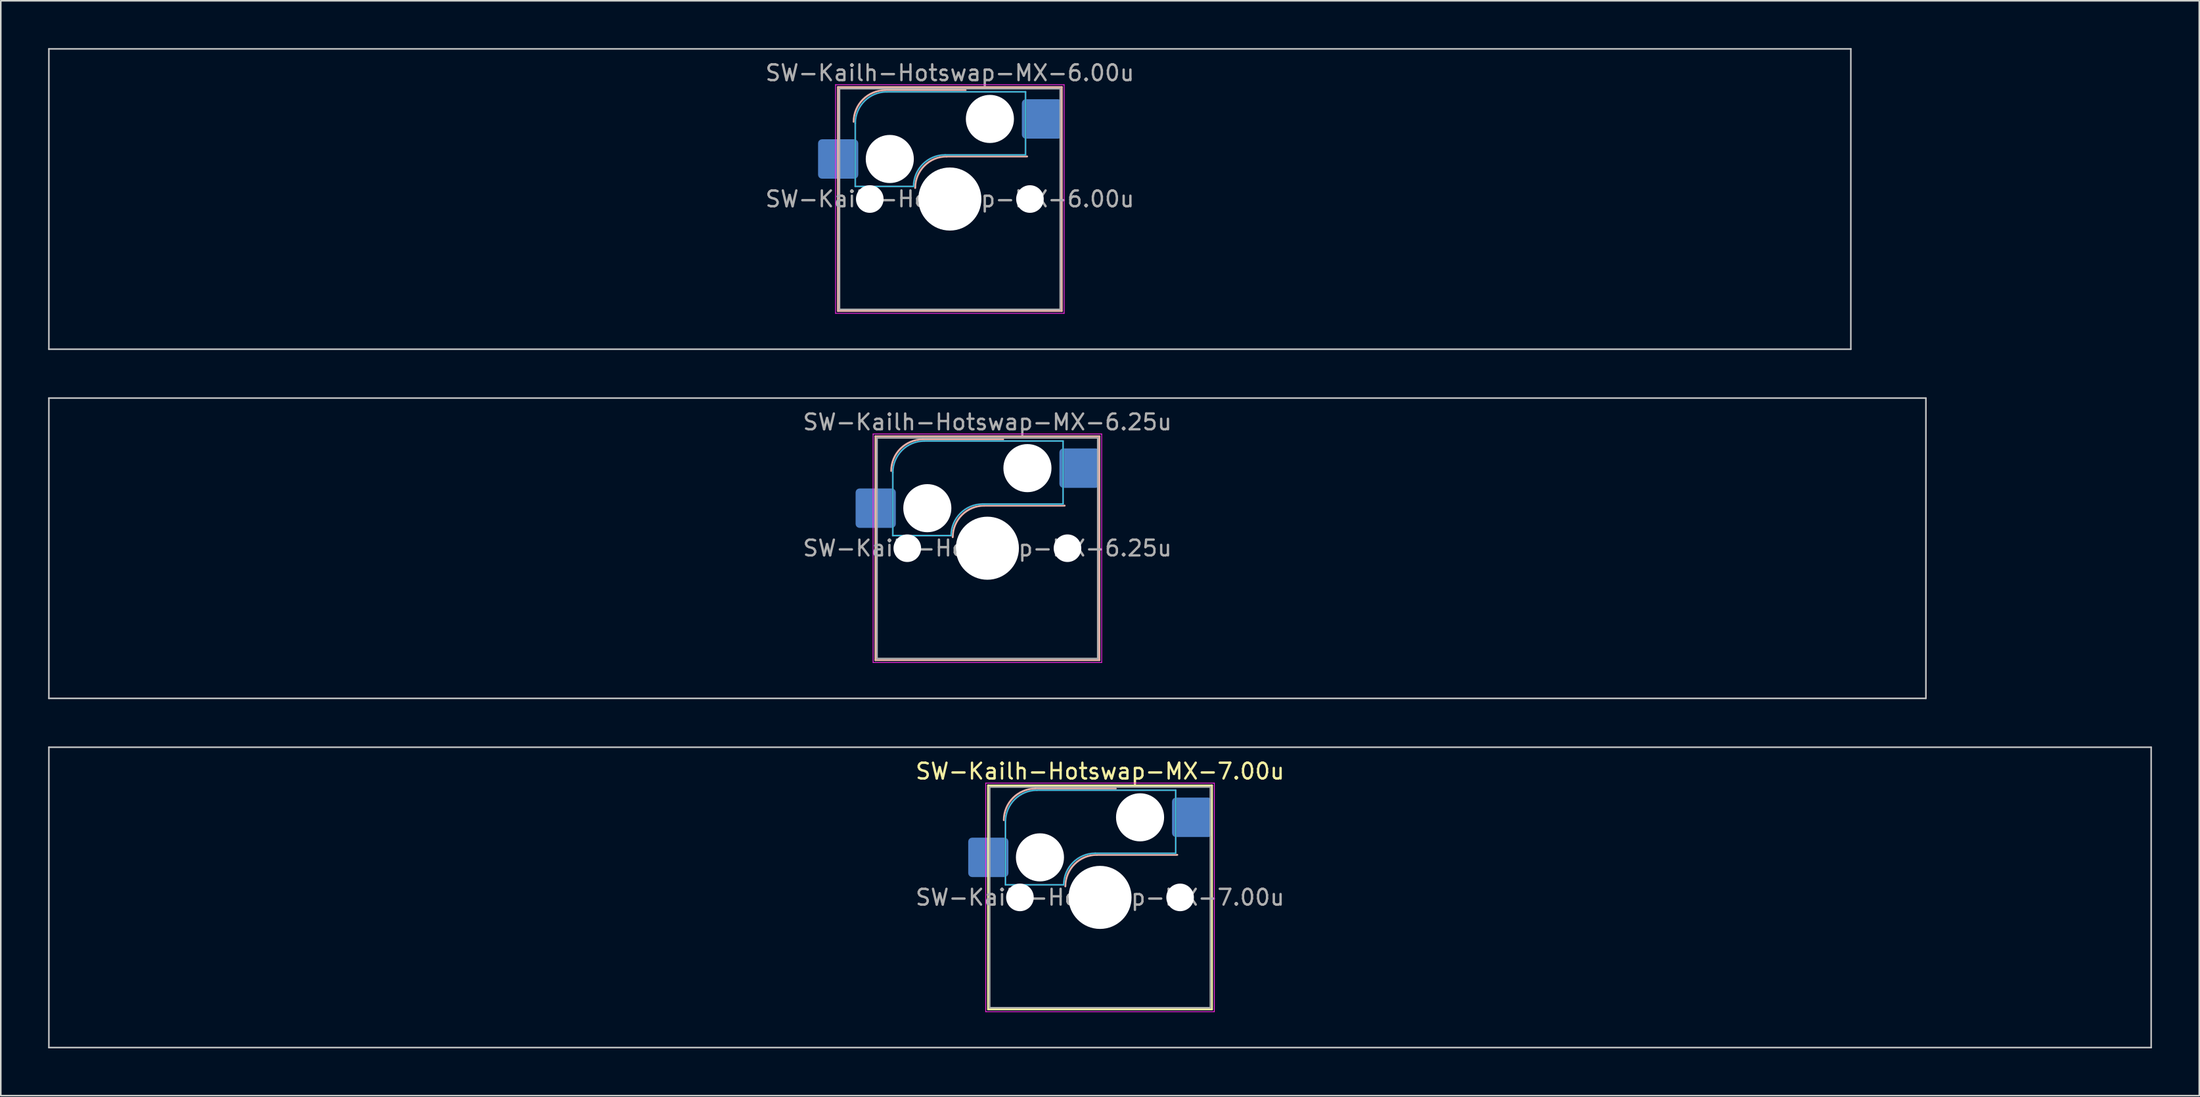
<source format=kicad_pcb>
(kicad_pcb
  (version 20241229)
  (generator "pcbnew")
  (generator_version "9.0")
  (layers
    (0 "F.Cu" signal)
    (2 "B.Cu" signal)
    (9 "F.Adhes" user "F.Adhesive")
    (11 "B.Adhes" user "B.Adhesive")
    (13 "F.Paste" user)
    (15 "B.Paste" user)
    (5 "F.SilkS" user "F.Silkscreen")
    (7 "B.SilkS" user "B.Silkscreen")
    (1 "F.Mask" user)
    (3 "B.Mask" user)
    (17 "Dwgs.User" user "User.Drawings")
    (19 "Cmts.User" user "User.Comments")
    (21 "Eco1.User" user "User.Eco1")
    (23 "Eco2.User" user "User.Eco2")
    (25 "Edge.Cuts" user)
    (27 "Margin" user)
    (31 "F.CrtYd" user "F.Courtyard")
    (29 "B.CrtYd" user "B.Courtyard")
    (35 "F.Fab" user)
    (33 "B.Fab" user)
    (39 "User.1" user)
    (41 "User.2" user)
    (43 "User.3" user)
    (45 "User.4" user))
  (footprint "SW-Kailh-Hotswap-MX-7.00u"
    (layer "F.Cu")
    (at 66.725 53.875)
    (property "Reference" "SW-Kailh-Hotswap-MX-7.00u" (at 0 -8 0) (layer "F.SilkS") (effects (font (size 1 1) (thickness 0.15))))
    (attr smd)
    (fp_line (start -7.1 -7.1) (end -7.1 7.1) (stroke (width 0.12) (type solid)) (layer "F.SilkS"))
    (fp_line (start -7.1 7.1) (end 7.1 7.1) (stroke (width 0.12) (type solid)) (layer "F.SilkS"))
    (fp_line (start 7.1 -7.1) (end -7.1 -7.1) (stroke (width 0.12) (type solid)) (layer "F.SilkS"))
    (fp_line (start 7.1 7.1) (end 7.1 -7.1) (stroke (width 0.12) (type solid)) (layer "F.SilkS"))
    (fp_line (start -4.1 -6.9) (end 1 -6.9) (stroke (width 0.12) (type solid)) (layer "B.SilkS"))
    (fp_line (start -0.2 -2.7) (end 4.9 -2.7) (stroke (width 0.12) (type solid)) (layer "B.SilkS"))
    (fp_arc (start -6.1 -4.9) (mid -5.514214 -6.314214) (end -4.1 -6.9) (stroke (width 0.12) (type solid)) (layer "B.SilkS"))
    (fp_arc (start -2.2 -0.7) (mid -1.614214 -2.114214) (end -0.2 -2.7) (stroke (width 0.12) (type solid)) (layer "B.SilkS"))
    (fp_line (start -66.675 -9.525) (end -66.675 9.525) (stroke (width 0.1) (type solid)) (layer "Dwgs.User"))
    (fp_line (start -66.675 9.525) (end 66.675 9.525) (stroke (width 0.1) (type solid)) (layer "Dwgs.User"))
    (fp_line (start 66.675 -9.525) (end -66.675 -9.525) (stroke (width 0.1) (type solid)) (layer "Dwgs.User"))
    (fp_line (start 66.675 9.525) (end 66.675 -9.525) (stroke (width 0.1) (type solid)) (layer "Dwgs.User"))
    (fp_line (start -7.8 -6) (end -7 -6) (stroke (width 0.1) (type solid)) (layer "Eco1.User"))
    (fp_line (start -7.8 -2.9) (end -7.8 -6) (stroke (width 0.1) (type solid)) (layer "Eco1.User"))
    (fp_line (start -7.8 2.9) (end -7 2.9) (stroke (width 0.1) (type solid)) (layer "Eco1.User"))
    (fp_line (start -7.8 6) (end -7.8 2.9) (stroke (width 0.1) (type solid)) (layer "Eco1.User"))
    (fp_line (start -7 -7) (end 7 -7) (stroke (width 0.1) (type solid)) (layer "Eco1.User"))
    (fp_line (start -7 -6) (end -7 -7) (stroke (width 0.1) (type solid)) (layer "Eco1.User"))
    (fp_line (start -7 -2.9) (end -7.8 -2.9) (stroke (width 0.1) (type solid)) (layer "Eco1.User"))
    (fp_line (start -7 2.9) (end -7 -2.9) (stroke (width 0.1) (type solid)) (layer "Eco1.User"))
    (fp_line (start -7 6) (end -7.8 6) (stroke (width 0.1) (type solid)) (layer "Eco1.User"))
    (fp_line (start -7 7) (end -7 6) (stroke (width 0.1) (type solid)) (layer "Eco1.User"))
    (fp_line (start 7 -7) (end 7 -6) (stroke (width 0.1) (type solid)) (layer "Eco1.User"))
    (fp_line (start 7 -6) (end 7.8 -6) (stroke (width 0.1) (type solid)) (layer "Eco1.User"))
    (fp_line (start 7 -2.9) (end 7 2.9) (stroke (width 0.1) (type solid)) (layer "Eco1.User"))
    (fp_line (start 7 2.9) (end 7.8 2.9) (stroke (width 0.1) (type solid)) (layer "Eco1.User"))
    (fp_line (start 7 6) (end 7 7) (stroke (width 0.1) (type solid)) (layer "Eco1.User"))
    (fp_line (start 7 7) (end -7 7) (stroke (width 0.1) (type solid)) (layer "Eco1.User"))
    (fp_line (start 7.8 -6) (end 7.8 -2.9) (stroke (width 0.1) (type solid)) (layer "Eco1.User"))
    (fp_line (start 7.8 -2.9) (end 7 -2.9) (stroke (width 0.1) (type solid)) (layer "Eco1.User"))
    (fp_line (start 7.8 2.9) (end 7.8 6) (stroke (width 0.1) (type solid)) (layer "Eco1.User"))
    (fp_line (start 7.8 6) (end 7 6) (stroke (width 0.1) (type solid)) (layer "Eco1.User"))
    (fp_line (start -6 -0.8) (end -6 -4.8) (stroke (width 0.05) (type solid)) (layer "B.CrtYd"))
    (fp_line (start -6 -0.8) (end -2.3 -0.8) (stroke (width 0.05) (type solid)) (layer "B.CrtYd"))
    (fp_line (start -4 -6.8) (end 4.8 -6.8) (stroke (width 0.05) (type solid)) (layer "B.CrtYd"))
    (fp_line (start -0.3 -2.8) (end 4.8 -2.8) (stroke (width 0.05) (type solid)) (layer "B.CrtYd"))
    (fp_line (start 4.8 -6.8) (end 4.8 -2.8) (stroke (width 0.05) (type solid)) (layer "B.CrtYd"))
    (fp_arc (start -6 -4.8) (mid -5.414214 -6.214214) (end -4 -6.8) (stroke (width 0.05) (type solid)) (layer "B.CrtYd"))
    (fp_arc (start -2.3 -0.8) (mid -1.714214 -2.214214) (end -0.3 -2.8) (stroke (width 0.05) (type solid)) (layer "B.CrtYd"))
    (fp_line (start -7.25 -7.25) (end -7.25 7.25) (stroke (width 0.05) (type solid)) (layer "F.CrtYd"))
    (fp_line (start -7.25 7.25) (end 7.25 7.25) (stroke (width 0.05) (type solid)) (layer "F.CrtYd"))
    (fp_line (start 7.25 -7.25) (end -7.25 -7.25) (stroke (width 0.05) (type solid)) (layer "F.CrtYd"))
    (fp_line (start 7.25 7.25) (end 7.25 -7.25) (stroke (width 0.05) (type solid)) (layer "F.CrtYd"))
    (fp_line (start -6 -0.8) (end -6 -4.8) (stroke (width 0.12) (type solid)) (layer "B.Fab"))
    (fp_line (start -6 -0.8) (end -2.3 -0.8) (stroke (width 0.12) (type solid)) (layer "B.Fab"))
    (fp_line (start -4 -6.8) (end 4.8 -6.8) (stroke (width 0.12) (type solid)) (layer "B.Fab"))
    (fp_line (start -0.3 -2.8) (end 4.8 -2.8) (stroke (width 0.12) (type solid)) (layer "B.Fab"))
    (fp_line (start 4.8 -6.8) (end 4.8 -2.8) (stroke (width 0.12) (type solid)) (layer "B.Fab"))
    (fp_arc (start -6 -4.8) (mid -5.414214 -6.214214) (end -4 -6.8) (stroke (width 0.12) (type solid)) (layer "B.Fab"))
    (fp_arc (start -2.3 -0.8) (mid -1.714214 -2.214214) (end -0.3 -2.8) (stroke (width 0.12) (type solid)) (layer "B.Fab"))
    (fp_line (start -7 -7) (end -7 7) (stroke (width 0.1) (type solid)) (layer "F.Fab"))
    (fp_line (start -7 7) (end 7 7) (stroke (width 0.1) (type solid)) (layer "F.Fab"))
    (fp_line (start 7 -7) (end -7 -7) (stroke (width 0.1) (type solid)) (layer "F.Fab"))
    (fp_line (start 7 7) (end 7 -7) (stroke (width 0.1) (type solid)) (layer "F.Fab"))
    (fp_text user "${REFERENCE}" (at 0 0 0) (layer "F.Fab") (effects (font (size 1 1) (thickness 0.15))))
    (pad "" np_thru_hole circle (at -5.08 0) (size 1.75 1.75) (drill 1.75) (layers "*.Cu" "*.Mask"))
    (pad "" np_thru_hole circle (at -3.81 -2.54) (size 3.05 3.05) (drill 3.05) (layers "*.Cu" "*.Mask"))
    (pad "" np_thru_hole circle (at 0 0) (size 4 4) (drill 4) (layers "*.Cu" "*.Mask"))
    (pad "" np_thru_hole circle (at 2.54 -5.08) (size 3.05 3.05) (drill 3.05) (layers "*.Cu" "*.Mask"))
    (pad "" np_thru_hole circle (at 5.08 0) (size 1.75 1.75) (drill 1.75) (layers "*.Cu" "*.Mask"))
    (pad "1" smd roundrect (at -7.085 -2.54) (size 2.55 2.5) (layers "B.Cu" "B.Mask" "B.Paste") (roundrect_rratio 0.1))
    (pad "2" smd roundrect (at 5.842 -5.08) (size 2.55 2.5) (layers "B.Cu" "B.Mask" "B.Paste") (roundrect_rratio 0.1)))
  (footprint "SW-Kailh-Hotswap-MX-6.00u"
    (layer "F.Cu")
    (at 57.2 9.575)
    (property "Reference" "SW-Kailh-Hotswap-MX-6.00u" (at 0 -8 0) (layer "F.Fab") (effects (font (size 1 1) (thickness 0.15))))
    (attr smd)
    (fp_line (start -7.1 -7.1) (end -7.1 7.1) (stroke (width 0.12) (type solid)) (layer "B.SilkS"))
    (fp_line (start -7.1 7.1) (end 7.1 7.1) (stroke (width 0.12) (type solid)) (layer "B.SilkS"))
    (fp_line (start -4.1 -6.9) (end 1 -6.9) (stroke (width 0.12) (type solid)) (layer "B.SilkS"))
    (fp_line (start -0.2 -2.7) (end 4.9 -2.7) (stroke (width 0.12) (type solid)) (layer "B.SilkS"))
    (fp_line (start 7.1 -7.1) (end -7.1 -7.1) (stroke (width 0.12) (type solid)) (layer "B.SilkS"))
    (fp_line (start 7.1 7.1) (end 7.1 -7.1) (stroke (width 0.12) (type solid)) (layer "B.SilkS"))
    (fp_arc (start -6.1 -4.9) (mid -5.514214 -6.314214) (end -4.1 -6.9) (stroke (width 0.12) (type solid)) (layer "B.SilkS"))
    (fp_arc (start -2.2 -0.7) (mid -1.614214 -2.114214) (end -0.2 -2.7) (stroke (width 0.12) (type solid)) (layer "B.SilkS"))
    (fp_line (start -57.15 -9.525) (end -57.15 9.525) (stroke (width 0.1) (type solid)) (layer "Dwgs.User"))
    (fp_line (start -57.15 9.525) (end 57.15 9.525) (stroke (width 0.1) (type solid)) (layer "Dwgs.User"))
    (fp_line (start 57.15 -9.525) (end -57.15 -9.525) (stroke (width 0.1) (type solid)) (layer "Dwgs.User"))
    (fp_line (start 57.15 9.525) (end 57.15 -9.525) (stroke (width 0.1) (type solid)) (layer "Dwgs.User"))
    (fp_line (start -7.8 -6) (end -7 -6) (stroke (width 0.1) (type solid)) (layer "Eco1.User"))
    (fp_line (start -7.8 -2.9) (end -7.8 -6) (stroke (width 0.1) (type solid)) (layer "Eco1.User"))
    (fp_line (start -7.8 2.9) (end -7 2.9) (stroke (width 0.1) (type solid)) (layer "Eco1.User"))
    (fp_line (start -7.8 6) (end -7.8 2.9) (stroke (width 0.1) (type solid)) (layer "Eco1.User"))
    (fp_line (start -7 -7) (end 7 -7) (stroke (width 0.1) (type solid)) (layer "Eco1.User"))
    (fp_line (start -7 -6) (end -7 -7) (stroke (width 0.1) (type solid)) (layer "Eco1.User"))
    (fp_line (start -7 -2.9) (end -7.8 -2.9) (stroke (width 0.1) (type solid)) (layer "Eco1.User"))
    (fp_line (start -7 2.9) (end -7 -2.9) (stroke (width 0.1) (type solid)) (layer "Eco1.User"))
    (fp_line (start -7 6) (end -7.8 6) (stroke (width 0.1) (type solid)) (layer "Eco1.User"))
    (fp_line (start -7 7) (end -7 6) (stroke (width 0.1) (type solid)) (layer "Eco1.User"))
    (fp_line (start 7 -7) (end 7 -6) (stroke (width 0.1) (type solid)) (layer "Eco1.User"))
    (fp_line (start 7 -6) (end 7.8 -6) (stroke (width 0.1) (type solid)) (layer "Eco1.User"))
    (fp_line (start 7 -2.9) (end 7 2.9) (stroke (width 0.1) (type solid)) (layer "Eco1.User"))
    (fp_line (start 7 2.9) (end 7.8 2.9) (stroke (width 0.1) (type solid)) (layer "Eco1.User"))
    (fp_line (start 7 6) (end 7 7) (stroke (width 0.1) (type solid)) (layer "Eco1.User"))
    (fp_line (start 7 7) (end -7 7) (stroke (width 0.1) (type solid)) (layer "Eco1.User"))
    (fp_line (start 7.8 -6) (end 7.8 -2.9) (stroke (width 0.1) (type solid)) (layer "Eco1.User"))
    (fp_line (start 7.8 -2.9) (end 7 -2.9) (stroke (width 0.1) (type solid)) (layer "Eco1.User"))
    (fp_line (start 7.8 2.9) (end 7.8 6) (stroke (width 0.1) (type solid)) (layer "Eco1.User"))
    (fp_line (start 7.8 6) (end 7 6) (stroke (width 0.1) (type solid)) (layer "Eco1.User"))
    (fp_line (start -6 -0.8) (end -6 -4.8) (stroke (width 0.05) (type solid)) (layer "B.CrtYd"))
    (fp_line (start -6 -0.8) (end -2.3 -0.8) (stroke (width 0.05) (type solid)) (layer "B.CrtYd"))
    (fp_line (start -4 -6.8) (end 4.8 -6.8) (stroke (width 0.05) (type solid)) (layer "B.CrtYd"))
    (fp_line (start -0.3 -2.8) (end 4.8 -2.8) (stroke (width 0.05) (type solid)) (layer "B.CrtYd"))
    (fp_line (start 4.8 -6.8) (end 4.8 -2.8) (stroke (width 0.05) (type solid)) (layer "B.CrtYd"))
    (fp_arc (start -6 -4.8) (mid -5.414214 -6.214214) (end -4 -6.8) (stroke (width 0.05) (type solid)) (layer "B.CrtYd"))
    (fp_arc (start -2.3 -0.8) (mid -1.714214 -2.214214) (end -0.3 -2.8) (stroke (width 0.05) (type solid)) (layer "B.CrtYd"))
    (fp_line (start -7.25 -7.25) (end -7.25 7.25) (stroke (width 0.05) (type solid)) (layer "F.CrtYd"))
    (fp_line (start -7.25 7.25) (end 7.25 7.25) (stroke (width 0.05) (type solid)) (layer "F.CrtYd"))
    (fp_line (start 7.25 -7.25) (end -7.25 -7.25) (stroke (width 0.05) (type solid)) (layer "F.CrtYd"))
    (fp_line (start 7.25 7.25) (end 7.25 -7.25) (stroke (width 0.05) (type solid)) (layer "F.CrtYd"))
    (fp_line (start -6 -0.8) (end -6 -4.8) (stroke (width 0.12) (type solid)) (layer "B.Fab"))
    (fp_line (start -6 -0.8) (end -2.3 -0.8) (stroke (width 0.12) (type solid)) (layer "B.Fab"))
    (fp_line (start -4 -6.8) (end 4.8 -6.8) (stroke (width 0.12) (type solid)) (layer "B.Fab"))
    (fp_line (start -0.3 -2.8) (end 4.8 -2.8) (stroke (width 0.12) (type solid)) (layer "B.Fab"))
    (fp_line (start 4.8 -6.8) (end 4.8 -2.8) (stroke (width 0.12) (type solid)) (layer "B.Fab"))
    (fp_arc (start -6 -4.8) (mid -5.414214 -6.214214) (end -4 -6.8) (stroke (width 0.12) (type solid)) (layer "B.Fab"))
    (fp_arc (start -2.3 -0.8) (mid -1.714214 -2.214214) (end -0.3 -2.8) (stroke (width 0.12) (type solid)) (layer "B.Fab"))
    (fp_line (start -7 -7) (end -7 7) (stroke (width 0.1) (type solid)) (layer "F.Fab"))
    (fp_line (start -7 7) (end 7 7) (stroke (width 0.1) (type solid)) (layer "F.Fab"))
    (fp_line (start 7 -7) (end -7 -7) (stroke (width 0.1) (type solid)) (layer "F.Fab"))
    (fp_line (start 7 7) (end 7 -7) (stroke (width 0.1) (type solid)) (layer "F.Fab"))
    (fp_text user "${REFERENCE}" (at 0 0 0) (layer "F.Fab") (effects (font (size 1 1) (thickness 0.15))))
    (pad "" np_thru_hole circle (at -5.08 0) (size 1.75 1.75) (drill 1.75) (layers "*.Cu" "*.Mask"))
    (pad "" np_thru_hole circle (at -3.81 -2.54) (size 3.05 3.05) (drill 3.05) (layers "*.Cu" "*.Mask"))
    (pad "" np_thru_hole circle (at 0 0) (size 4 4) (drill 4) (layers "*.Cu" "*.Mask"))
    (pad "" np_thru_hole circle (at 2.54 -5.08) (size 3.05 3.05) (drill 3.05) (layers "*.Cu" "*.Mask"))
    (pad "" np_thru_hole circle (at 5.08 0) (size 1.75 1.75) (drill 1.75) (layers "*.Cu" "*.Mask"))
    (pad "1" smd roundrect (at -7.085 -2.54) (size 2.55 2.5) (layers "B.Cu" "B.Mask" "B.Paste") (roundrect_rratio 0.1))
    (pad "2" smd roundrect (at 5.842 -5.08) (size 2.55 2.5) (layers "B.Cu" "B.Mask" "B.Paste") (roundrect_rratio 0.1)))
  (footprint "SW-Kailh-Hotswap-MX-6.25u"
    (layer "F.Cu")
    (at 59.581 31.725)
    (property "Reference" "SW-Kailh-Hotswap-MX-6.25u" (at 0 -8 0) (layer "F.Fab") (effects (font (size 1 1) (thickness 0.15))))
    (attr smd)
    (fp_line (start -7.1 -7.1) (end -7.1 7.1) (stroke (width 0.12) (type solid)) (layer "B.SilkS"))
    (fp_line (start -7.1 7.1) (end 7.1 7.1) (stroke (width 0.12) (type solid)) (layer "B.SilkS"))
    (fp_line (start -4.1 -6.9) (end 1 -6.9) (stroke (width 0.12) (type solid)) (layer "B.SilkS"))
    (fp_line (start -0.2 -2.7) (end 4.9 -2.7) (stroke (width 0.12) (type solid)) (layer "B.SilkS"))
    (fp_line (start 7.1 -7.1) (end -7.1 -7.1) (stroke (width 0.12) (type solid)) (layer "B.SilkS"))
    (fp_line (start 7.1 7.1) (end 7.1 -7.1) (stroke (width 0.12) (type solid)) (layer "B.SilkS"))
    (fp_arc (start -6.1 -4.9) (mid -5.514214 -6.314214) (end -4.1 -6.9) (stroke (width 0.12) (type solid)) (layer "B.SilkS"))
    (fp_arc (start -2.2 -0.7) (mid -1.614214 -2.114214) (end -0.2 -2.7) (stroke (width 0.12) (type solid)) (layer "B.SilkS"))
    (fp_line (start -59.531 -9.525) (end -59.531 9.525) (stroke (width 0.1) (type solid)) (layer "Dwgs.User"))
    (fp_line (start -59.531 9.525) (end 59.531 9.525) (stroke (width 0.1) (type solid)) (layer "Dwgs.User"))
    (fp_line (start 59.531 -9.525) (end -59.531 -9.525) (stroke (width 0.1) (type solid)) (layer "Dwgs.User"))
    (fp_line (start 59.531 9.525) (end 59.531 -9.525) (stroke (width 0.1) (type solid)) (layer "Dwgs.User"))
    (fp_line (start -7.8 -6) (end -7 -6) (stroke (width 0.1) (type solid)) (layer "Eco1.User"))
    (fp_line (start -7.8 -2.9) (end -7.8 -6) (stroke (width 0.1) (type solid)) (layer "Eco1.User"))
    (fp_line (start -7.8 2.9) (end -7 2.9) (stroke (width 0.1) (type solid)) (layer "Eco1.User"))
    (fp_line (start -7.8 6) (end -7.8 2.9) (stroke (width 0.1) (type solid)) (layer "Eco1.User"))
    (fp_line (start -7 -7) (end 7 -7) (stroke (width 0.1) (type solid)) (layer "Eco1.User"))
    (fp_line (start -7 -6) (end -7 -7) (stroke (width 0.1) (type solid)) (layer "Eco1.User"))
    (fp_line (start -7 -2.9) (end -7.8 -2.9) (stroke (width 0.1) (type solid)) (layer "Eco1.User"))
    (fp_line (start -7 2.9) (end -7 -2.9) (stroke (width 0.1) (type solid)) (layer "Eco1.User"))
    (fp_line (start -7 6) (end -7.8 6) (stroke (width 0.1) (type solid)) (layer "Eco1.User"))
    (fp_line (start -7 7) (end -7 6) (stroke (width 0.1) (type solid)) (layer "Eco1.User"))
    (fp_line (start 7 -7) (end 7 -6) (stroke (width 0.1) (type solid)) (layer "Eco1.User"))
    (fp_line (start 7 -6) (end 7.8 -6) (stroke (width 0.1) (type solid)) (layer "Eco1.User"))
    (fp_line (start 7 -2.9) (end 7 2.9) (stroke (width 0.1) (type solid)) (layer "Eco1.User"))
    (fp_line (start 7 2.9) (end 7.8 2.9) (stroke (width 0.1) (type solid)) (layer "Eco1.User"))
    (fp_line (start 7 6) (end 7 7) (stroke (width 0.1) (type solid)) (layer "Eco1.User"))
    (fp_line (start 7 7) (end -7 7) (stroke (width 0.1) (type solid)) (layer "Eco1.User"))
    (fp_line (start 7.8 -6) (end 7.8 -2.9) (stroke (width 0.1) (type solid)) (layer "Eco1.User"))
    (fp_line (start 7.8 -2.9) (end 7 -2.9) (stroke (width 0.1) (type solid)) (layer "Eco1.User"))
    (fp_line (start 7.8 2.9) (end 7.8 6) (stroke (width 0.1) (type solid)) (layer "Eco1.User"))
    (fp_line (start 7.8 6) (end 7 6) (stroke (width 0.1) (type solid)) (layer "Eco1.User"))
    (fp_line (start -6 -0.8) (end -6 -4.8) (stroke (width 0.05) (type solid)) (layer "B.CrtYd"))
    (fp_line (start -6 -0.8) (end -2.3 -0.8) (stroke (width 0.05) (type solid)) (layer "B.CrtYd"))
    (fp_line (start -4 -6.8) (end 4.8 -6.8) (stroke (width 0.05) (type solid)) (layer "B.CrtYd"))
    (fp_line (start -0.3 -2.8) (end 4.8 -2.8) (stroke (width 0.05) (type solid)) (layer "B.CrtYd"))
    (fp_line (start 4.8 -6.8) (end 4.8 -2.8) (stroke (width 0.05) (type solid)) (layer "B.CrtYd"))
    (fp_arc (start -6 -4.8) (mid -5.414214 -6.214214) (end -4 -6.8) (stroke (width 0.05) (type solid)) (layer "B.CrtYd"))
    (fp_arc (start -2.3 -0.8) (mid -1.714214 -2.214214) (end -0.3 -2.8) (stroke (width 0.05) (type solid)) (layer "B.CrtYd"))
    (fp_line (start -7.25 -7.25) (end -7.25 7.25) (stroke (width 0.05) (type solid)) (layer "F.CrtYd"))
    (fp_line (start -7.25 7.25) (end 7.25 7.25) (stroke (width 0.05) (type solid)) (layer "F.CrtYd"))
    (fp_line (start 7.25 -7.25) (end -7.25 -7.25) (stroke (width 0.05) (type solid)) (layer "F.CrtYd"))
    (fp_line (start 7.25 7.25) (end 7.25 -7.25) (stroke (width 0.05) (type solid)) (layer "F.CrtYd"))
    (fp_line (start -6 -0.8) (end -6 -4.8) (stroke (width 0.12) (type solid)) (layer "B.Fab"))
    (fp_line (start -6 -0.8) (end -2.3 -0.8) (stroke (width 0.12) (type solid)) (layer "B.Fab"))
    (fp_line (start -4 -6.8) (end 4.8 -6.8) (stroke (width 0.12) (type solid)) (layer "B.Fab"))
    (fp_line (start -0.3 -2.8) (end 4.8 -2.8) (stroke (width 0.12) (type solid)) (layer "B.Fab"))
    (fp_line (start 4.8 -6.8) (end 4.8 -2.8) (stroke (width 0.12) (type solid)) (layer "B.Fab"))
    (fp_arc (start -6 -4.8) (mid -5.414214 -6.214214) (end -4 -6.8) (stroke (width 0.12) (type solid)) (layer "B.Fab"))
    (fp_arc (start -2.3 -0.8) (mid -1.714214 -2.214214) (end -0.3 -2.8) (stroke (width 0.12) (type solid)) (layer "B.Fab"))
    (fp_line (start -7 -7) (end -7 7) (stroke (width 0.1) (type solid)) (layer "F.Fab"))
    (fp_line (start -7 7) (end 7 7) (stroke (width 0.1) (type solid)) (layer "F.Fab"))
    (fp_line (start 7 -7) (end -7 -7) (stroke (width 0.1) (type solid)) (layer "F.Fab"))
    (fp_line (start 7 7) (end 7 -7) (stroke (width 0.1) (type solid)) (layer "F.Fab"))
    (fp_text user "${REFERENCE}" (at 0 0 0) (layer "F.Fab") (effects (font (size 1 1) (thickness 0.15))))
    (pad "" np_thru_hole circle (at -5.08 0) (size 1.75 1.75) (drill 1.75) (layers "*.Cu" "*.Mask"))
    (pad "" np_thru_hole circle (at -3.81 -2.54) (size 3.05 3.05) (drill 3.05) (layers "*.Cu" "*.Mask"))
    (pad "" np_thru_hole circle (at 0 0) (size 4 4) (drill 4) (layers "*.Cu" "*.Mask"))
    (pad "" np_thru_hole circle (at 2.54 -5.08) (size 3.05 3.05) (drill 3.05) (layers "*.Cu" "*.Mask"))
    (pad "" np_thru_hole circle (at 5.08 0) (size 1.75 1.75) (drill 1.75) (layers "*.Cu" "*.Mask"))
    (pad "1" smd roundrect (at -7.085 -2.54) (size 2.55 2.5) (layers "B.Cu" "B.Mask" "B.Paste") (roundrect_rratio 0.1))
    (pad "2" smd roundrect (at 5.842 -5.08) (size 2.55 2.5) (layers "B.Cu" "B.Mask" "B.Paste") (roundrect_rratio 0.1)))
  (gr_rect
    (start -3 -3)
    (end 136.45 66.45)
    (stroke (width 0.1) (type default))
    (fill no)
    (layer "Edge.Cuts")))
</source>
